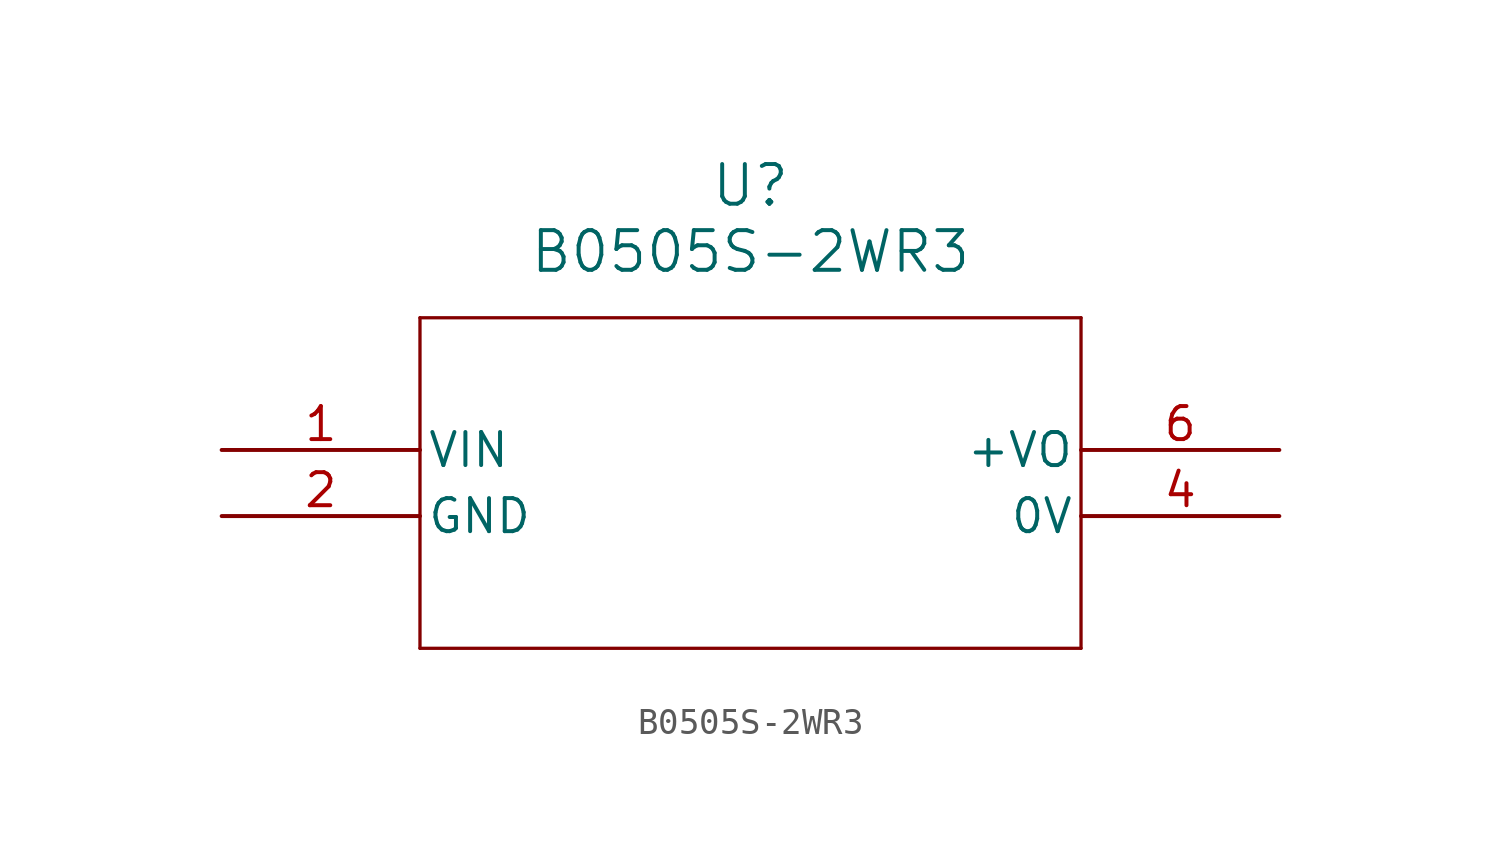
<source format=kicad_sym>
(kicad_symbol_lib
  (version 20211014)
  (generator kicad_symbol_editor)
  (symbol "B0505S-2WR3"
    (pin_names
      (offset 0.254))
    (property "Reference" "U"
      (at 20.32 10.16 0)
      (effects (font (size 1.524 1.524))))
    (property "Value" "B0505S-2WR3"
      (at 20.32 7.62 0)
      (effects (font (size 1.524 1.524))))
    (symbol "B0505S-2WR3_0_1"
      (polyline (pts (xy 7.62 5.08) (xy 7.62 -7.62)) (stroke (width 0.127) (type default) (color 0 0 0 0)) (fill (type none)))
      (polyline (pts (xy 7.62 -7.62) (xy 33.02 -7.62)) (stroke (width 0.127) (type default) (color 0 0 0 0)) (fill (type none)))
      (polyline (pts (xy 33.02 -7.62) (xy 33.02 5.08)) (stroke (width 0.127) (type default) (color 0 0 0 0)) (fill (type none)))
      (polyline (pts (xy 33.02 5.08) (xy 7.62 5.08)) (stroke (width 0.127) (type default) (color 0 0 0 0)) (fill (type none)))
      (pin power_in line (at 0 0 0) (length 7.62) (name "VIN" (effects (font (size 1.27 1.27)))) (number "1" (effects (font (size 1.27 1.27)))))
      (pin power_out line (at 0 -2.54 0) (length 7.62) (name "GND" (effects (font (size 1.27 1.27)))) (number "2" (effects (font (size 1.27 1.27)))))
      (pin unspecified line (at 40.64 -2.54 180) (length 7.62) (name "0V" (effects (font (size 1.27 1.27)))) (number "4" (effects (font (size 1.27 1.27)))))
      (pin power_in line (at 40.64 0 180) (length 7.62) (name "+VO" (effects (font (size 1.27 1.27)))) (number "6" (effects (font (size 1.27 1.27))))))))
</source>
